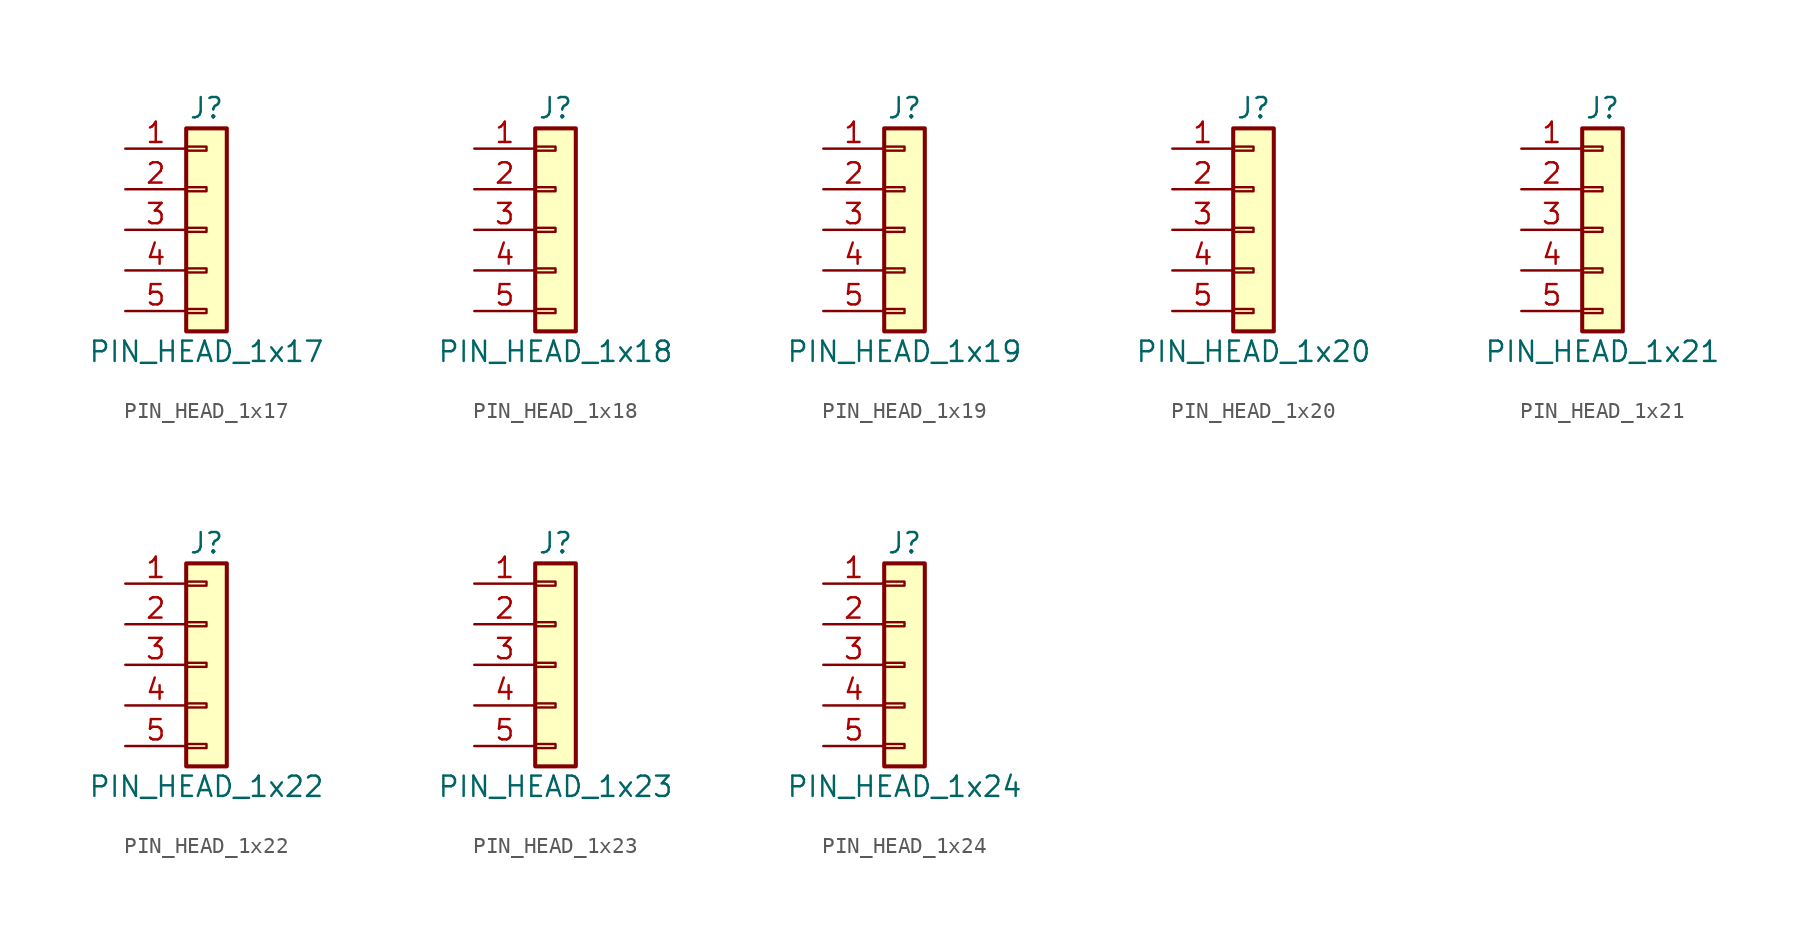
<source format=kicad_sym>
(kicad_symbol_lib
  (version 20211014)
  (generator kicad_symbol_editor)
  (symbol "PIN_HEAD_1x17"
    (pin_names
      (offset 1.016) hide)
    (property "Reference" "J"
      (at 0 7.62 0)
      (effects (font (size 1.27 1.27))))
    (property "Value" "PIN_HEAD_1x17"
      (at 0 -7.62 0)
      (effects (font (size 1.27 1.27))))
    (symbol "PIN_HEAD_1x17_1_1"
      (rectangle (start -1.27 -4.953) (end 0 -5.207) (stroke (width 0.152) (type default) (color 0 0 0 0)) (fill (type none)))
      (rectangle (start -1.27 -2.413) (end 0 -2.667) (stroke (width 0.152) (type default) (color 0 0 0 0)) (fill (type none)))
      (rectangle (start -1.27 0.127) (end 0 -0.127) (stroke (width 0.152) (type default) (color 0 0 0 0)) (fill (type none)))
      (rectangle (start -1.27 2.667) (end 0 2.413) (stroke (width 0.152) (type default) (color 0 0 0 0)) (fill (type none)))
      (rectangle (start -1.27 5.207) (end 0 4.953) (stroke (width 0.152) (type default) (color 0 0 0 0)) (fill (type none)))
      (rectangle (start -1.27 6.35) (end 1.27 -6.35) (stroke (width 0.254) (type default) (color 0 0 0 0)) (fill (type background)))
      (pin passive line (at -5.08 5.08 0) (length 3.81) (name "Pin_1" (effects (font (size 1.27 1.27)))) (number "1" (effects (font (size 1.27 1.27)))))
      (pin passive line (at -5.08 2.54 0) (length 3.81) (name "Pin_2" (effects (font (size 1.27 1.27)))) (number "2" (effects (font (size 1.27 1.27)))))
      (pin passive line (at -5.08 0 0) (length 3.81) (name "Pin_3" (effects (font (size 1.27 1.27)))) (number "3" (effects (font (size 1.27 1.27)))))
      (pin passive line (at -5.08 -2.54 0) (length 3.81) (name "Pin_4" (effects (font (size 1.27 1.27)))) (number "4" (effects (font (size 1.27 1.27)))))
      (pin passive line (at -5.08 -5.08 0) (length 3.81) (name "Pin_5" (effects (font (size 1.27 1.27)))) (number "5" (effects (font (size 1.27 1.27)))))))
  (symbol "PIN_HEAD_1x18"
    (pin_names
      (offset 1.016) hide)
    (property "Reference" "J"
      (at 0 7.62 0)
      (effects (font (size 1.27 1.27))))
    (property "Value" "PIN_HEAD_1x18"
      (at 0 -7.62 0)
      (effects (font (size 1.27 1.27))))
    (symbol "PIN_HEAD_1x18_1_1"
      (rectangle (start -1.27 -4.953) (end 0 -5.207) (stroke (width 0.152) (type default) (color 0 0 0 0)) (fill (type none)))
      (rectangle (start -1.27 -2.413) (end 0 -2.667) (stroke (width 0.152) (type default) (color 0 0 0 0)) (fill (type none)))
      (rectangle (start -1.27 0.127) (end 0 -0.127) (stroke (width 0.152) (type default) (color 0 0 0 0)) (fill (type none)))
      (rectangle (start -1.27 2.667) (end 0 2.413) (stroke (width 0.152) (type default) (color 0 0 0 0)) (fill (type none)))
      (rectangle (start -1.27 5.207) (end 0 4.953) (stroke (width 0.152) (type default) (color 0 0 0 0)) (fill (type none)))
      (rectangle (start -1.27 6.35) (end 1.27 -6.35) (stroke (width 0.254) (type default) (color 0 0 0 0)) (fill (type background)))
      (pin passive line (at -5.08 5.08 0) (length 3.81) (name "Pin_1" (effects (font (size 1.27 1.27)))) (number "1" (effects (font (size 1.27 1.27)))))
      (pin passive line (at -5.08 2.54 0) (length 3.81) (name "Pin_2" (effects (font (size 1.27 1.27)))) (number "2" (effects (font (size 1.27 1.27)))))
      (pin passive line (at -5.08 0 0) (length 3.81) (name "Pin_3" (effects (font (size 1.27 1.27)))) (number "3" (effects (font (size 1.27 1.27)))))
      (pin passive line (at -5.08 -2.54 0) (length 3.81) (name "Pin_4" (effects (font (size 1.27 1.27)))) (number "4" (effects (font (size 1.27 1.27)))))
      (pin passive line (at -5.08 -5.08 0) (length 3.81) (name "Pin_5" (effects (font (size 1.27 1.27)))) (number "5" (effects (font (size 1.27 1.27)))))))
  (symbol "PIN_HEAD_1x19"
    (pin_names
      (offset 1.016) hide)
    (property "Reference" "J"
      (at 0 7.62 0)
      (effects (font (size 1.27 1.27))))
    (property "Value" "PIN_HEAD_1x19"
      (at 0 -7.62 0)
      (effects (font (size 1.27 1.27))))
    (symbol "PIN_HEAD_1x19_1_1"
      (rectangle (start -1.27 -4.953) (end 0 -5.207) (stroke (width 0.152) (type default) (color 0 0 0 0)) (fill (type none)))
      (rectangle (start -1.27 -2.413) (end 0 -2.667) (stroke (width 0.152) (type default) (color 0 0 0 0)) (fill (type none)))
      (rectangle (start -1.27 0.127) (end 0 -0.127) (stroke (width 0.152) (type default) (color 0 0 0 0)) (fill (type none)))
      (rectangle (start -1.27 2.667) (end 0 2.413) (stroke (width 0.152) (type default) (color 0 0 0 0)) (fill (type none)))
      (rectangle (start -1.27 5.207) (end 0 4.953) (stroke (width 0.152) (type default) (color 0 0 0 0)) (fill (type none)))
      (rectangle (start -1.27 6.35) (end 1.27 -6.35) (stroke (width 0.254) (type default) (color 0 0 0 0)) (fill (type background)))
      (pin passive line (at -5.08 5.08 0) (length 3.81) (name "Pin_1" (effects (font (size 1.27 1.27)))) (number "1" (effects (font (size 1.27 1.27)))))
      (pin passive line (at -5.08 2.54 0) (length 3.81) (name "Pin_2" (effects (font (size 1.27 1.27)))) (number "2" (effects (font (size 1.27 1.27)))))
      (pin passive line (at -5.08 0 0) (length 3.81) (name "Pin_3" (effects (font (size 1.27 1.27)))) (number "3" (effects (font (size 1.27 1.27)))))
      (pin passive line (at -5.08 -2.54 0) (length 3.81) (name "Pin_4" (effects (font (size 1.27 1.27)))) (number "4" (effects (font (size 1.27 1.27)))))
      (pin passive line (at -5.08 -5.08 0) (length 3.81) (name "Pin_5" (effects (font (size 1.27 1.27)))) (number "5" (effects (font (size 1.27 1.27)))))))
  (symbol "PIN_HEAD_1x20"
    (pin_names
      (offset 1.016) hide)
    (property "Reference" "J"
      (at 0 7.62 0)
      (effects (font (size 1.27 1.27))))
    (property "Value" "PIN_HEAD_1x20"
      (at 0 -7.62 0)
      (effects (font (size 1.27 1.27))))
    (symbol "PIN_HEAD_1x20_1_1"
      (rectangle (start -1.27 -4.953) (end 0 -5.207) (stroke (width 0.152) (type default) (color 0 0 0 0)) (fill (type none)))
      (rectangle (start -1.27 -2.413) (end 0 -2.667) (stroke (width 0.152) (type default) (color 0 0 0 0)) (fill (type none)))
      (rectangle (start -1.27 0.127) (end 0 -0.127) (stroke (width 0.152) (type default) (color 0 0 0 0)) (fill (type none)))
      (rectangle (start -1.27 2.667) (end 0 2.413) (stroke (width 0.152) (type default) (color 0 0 0 0)) (fill (type none)))
      (rectangle (start -1.27 5.207) (end 0 4.953) (stroke (width 0.152) (type default) (color 0 0 0 0)) (fill (type none)))
      (rectangle (start -1.27 6.35) (end 1.27 -6.35) (stroke (width 0.254) (type default) (color 0 0 0 0)) (fill (type background)))
      (pin passive line (at -5.08 5.08 0) (length 3.81) (name "Pin_1" (effects (font (size 1.27 1.27)))) (number "1" (effects (font (size 1.27 1.27)))))
      (pin passive line (at -5.08 2.54 0) (length 3.81) (name "Pin_2" (effects (font (size 1.27 1.27)))) (number "2" (effects (font (size 1.27 1.27)))))
      (pin passive line (at -5.08 0 0) (length 3.81) (name "Pin_3" (effects (font (size 1.27 1.27)))) (number "3" (effects (font (size 1.27 1.27)))))
      (pin passive line (at -5.08 -2.54 0) (length 3.81) (name "Pin_4" (effects (font (size 1.27 1.27)))) (number "4" (effects (font (size 1.27 1.27)))))
      (pin passive line (at -5.08 -5.08 0) (length 3.81) (name "Pin_5" (effects (font (size 1.27 1.27)))) (number "5" (effects (font (size 1.27 1.27)))))))
  (symbol "PIN_HEAD_1x21"
    (pin_names
      (offset 1.016) hide)
    (property "Reference" "J"
      (at 0 7.62 0)
      (effects (font (size 1.27 1.27))))
    (property "Value" "PIN_HEAD_1x21"
      (at 0 -7.62 0)
      (effects (font (size 1.27 1.27))))
    (symbol "PIN_HEAD_1x21_1_1"
      (rectangle (start -1.27 -4.953) (end 0 -5.207) (stroke (width 0.152) (type default) (color 0 0 0 0)) (fill (type none)))
      (rectangle (start -1.27 -2.413) (end 0 -2.667) (stroke (width 0.152) (type default) (color 0 0 0 0)) (fill (type none)))
      (rectangle (start -1.27 0.127) (end 0 -0.127) (stroke (width 0.152) (type default) (color 0 0 0 0)) (fill (type none)))
      (rectangle (start -1.27 2.667) (end 0 2.413) (stroke (width 0.152) (type default) (color 0 0 0 0)) (fill (type none)))
      (rectangle (start -1.27 5.207) (end 0 4.953) (stroke (width 0.152) (type default) (color 0 0 0 0)) (fill (type none)))
      (rectangle (start -1.27 6.35) (end 1.27 -6.35) (stroke (width 0.254) (type default) (color 0 0 0 0)) (fill (type background)))
      (pin passive line (at -5.08 5.08 0) (length 3.81) (name "Pin_1" (effects (font (size 1.27 1.27)))) (number "1" (effects (font (size 1.27 1.27)))))
      (pin passive line (at -5.08 2.54 0) (length 3.81) (name "Pin_2" (effects (font (size 1.27 1.27)))) (number "2" (effects (font (size 1.27 1.27)))))
      (pin passive line (at -5.08 0 0) (length 3.81) (name "Pin_3" (effects (font (size 1.27 1.27)))) (number "3" (effects (font (size 1.27 1.27)))))
      (pin passive line (at -5.08 -2.54 0) (length 3.81) (name "Pin_4" (effects (font (size 1.27 1.27)))) (number "4" (effects (font (size 1.27 1.27)))))
      (pin passive line (at -5.08 -5.08 0) (length 3.81) (name "Pin_5" (effects (font (size 1.27 1.27)))) (number "5" (effects (font (size 1.27 1.27)))))))
  (symbol "PIN_HEAD_1x22"
    (pin_names
      (offset 1.016) hide)
    (property "Reference" "J"
      (at 0 7.62 0)
      (effects (font (size 1.27 1.27))))
    (property "Value" "PIN_HEAD_1x22"
      (at 0 -7.62 0)
      (effects (font (size 1.27 1.27))))
    (symbol "PIN_HEAD_1x22_1_1"
      (rectangle (start -1.27 -4.953) (end 0 -5.207) (stroke (width 0.152) (type default) (color 0 0 0 0)) (fill (type none)))
      (rectangle (start -1.27 -2.413) (end 0 -2.667) (stroke (width 0.152) (type default) (color 0 0 0 0)) (fill (type none)))
      (rectangle (start -1.27 0.127) (end 0 -0.127) (stroke (width 0.152) (type default) (color 0 0 0 0)) (fill (type none)))
      (rectangle (start -1.27 2.667) (end 0 2.413) (stroke (width 0.152) (type default) (color 0 0 0 0)) (fill (type none)))
      (rectangle (start -1.27 5.207) (end 0 4.953) (stroke (width 0.152) (type default) (color 0 0 0 0)) (fill (type none)))
      (rectangle (start -1.27 6.35) (end 1.27 -6.35) (stroke (width 0.254) (type default) (color 0 0 0 0)) (fill (type background)))
      (pin passive line (at -5.08 5.08 0) (length 3.81) (name "Pin_1" (effects (font (size 1.27 1.27)))) (number "1" (effects (font (size 1.27 1.27)))))
      (pin passive line (at -5.08 2.54 0) (length 3.81) (name "Pin_2" (effects (font (size 1.27 1.27)))) (number "2" (effects (font (size 1.27 1.27)))))
      (pin passive line (at -5.08 0 0) (length 3.81) (name "Pin_3" (effects (font (size 1.27 1.27)))) (number "3" (effects (font (size 1.27 1.27)))))
      (pin passive line (at -5.08 -2.54 0) (length 3.81) (name "Pin_4" (effects (font (size 1.27 1.27)))) (number "4" (effects (font (size 1.27 1.27)))))
      (pin passive line (at -5.08 -5.08 0) (length 3.81) (name "Pin_5" (effects (font (size 1.27 1.27)))) (number "5" (effects (font (size 1.27 1.27)))))))
  (symbol "PIN_HEAD_1x23"
    (pin_names
      (offset 1.016) hide)
    (property "Reference" "J"
      (at 0 7.62 0)
      (effects (font (size 1.27 1.27))))
    (property "Value" "PIN_HEAD_1x23"
      (at 0 -7.62 0)
      (effects (font (size 1.27 1.27))))
    (symbol "PIN_HEAD_1x23_1_1"
      (rectangle (start -1.27 -4.953) (end 0 -5.207) (stroke (width 0.152) (type default) (color 0 0 0 0)) (fill (type none)))
      (rectangle (start -1.27 -2.413) (end 0 -2.667) (stroke (width 0.152) (type default) (color 0 0 0 0)) (fill (type none)))
      (rectangle (start -1.27 0.127) (end 0 -0.127) (stroke (width 0.152) (type default) (color 0 0 0 0)) (fill (type none)))
      (rectangle (start -1.27 2.667) (end 0 2.413) (stroke (width 0.152) (type default) (color 0 0 0 0)) (fill (type none)))
      (rectangle (start -1.27 5.207) (end 0 4.953) (stroke (width 0.152) (type default) (color 0 0 0 0)) (fill (type none)))
      (rectangle (start -1.27 6.35) (end 1.27 -6.35) (stroke (width 0.254) (type default) (color 0 0 0 0)) (fill (type background)))
      (pin passive line (at -5.08 5.08 0) (length 3.81) (name "Pin_1" (effects (font (size 1.27 1.27)))) (number "1" (effects (font (size 1.27 1.27)))))
      (pin passive line (at -5.08 2.54 0) (length 3.81) (name "Pin_2" (effects (font (size 1.27 1.27)))) (number "2" (effects (font (size 1.27 1.27)))))
      (pin passive line (at -5.08 0 0) (length 3.81) (name "Pin_3" (effects (font (size 1.27 1.27)))) (number "3" (effects (font (size 1.27 1.27)))))
      (pin passive line (at -5.08 -2.54 0) (length 3.81) (name "Pin_4" (effects (font (size 1.27 1.27)))) (number "4" (effects (font (size 1.27 1.27)))))
      (pin passive line (at -5.08 -5.08 0) (length 3.81) (name "Pin_5" (effects (font (size 1.27 1.27)))) (number "5" (effects (font (size 1.27 1.27)))))))
  (symbol "PIN_HEAD_1x24"
    (pin_names
      (offset 1.016) hide)
    (property "Reference" "J"
      (at 0 7.62 0)
      (effects (font (size 1.27 1.27))))
    (property "Value" "PIN_HEAD_1x24"
      (at 0 -7.62 0)
      (effects (font (size 1.27 1.27))))
    (symbol "PIN_HEAD_1x24_1_1"
      (rectangle (start -1.27 -4.953) (end 0 -5.207) (stroke (width 0.152) (type default) (color 0 0 0 0)) (fill (type none)))
      (rectangle (start -1.27 -2.413) (end 0 -2.667) (stroke (width 0.152) (type default) (color 0 0 0 0)) (fill (type none)))
      (rectangle (start -1.27 0.127) (end 0 -0.127) (stroke (width 0.152) (type default) (color 0 0 0 0)) (fill (type none)))
      (rectangle (start -1.27 2.667) (end 0 2.413) (stroke (width 0.152) (type default) (color 0 0 0 0)) (fill (type none)))
      (rectangle (start -1.27 5.207) (end 0 4.953) (stroke (width 0.152) (type default) (color 0 0 0 0)) (fill (type none)))
      (rectangle (start -1.27 6.35) (end 1.27 -6.35) (stroke (width 0.254) (type default) (color 0 0 0 0)) (fill (type background)))
      (pin passive line (at -5.08 5.08 0) (length 3.81) (name "Pin_1" (effects (font (size 1.27 1.27)))) (number "1" (effects (font (size 1.27 1.27)))))
      (pin passive line (at -5.08 2.54 0) (length 3.81) (name "Pin_2" (effects (font (size 1.27 1.27)))) (number "2" (effects (font (size 1.27 1.27)))))
      (pin passive line (at -5.08 0 0) (length 3.81) (name "Pin_3" (effects (font (size 1.27 1.27)))) (number "3" (effects (font (size 1.27 1.27)))))
      (pin passive line (at -5.08 -2.54 0) (length 3.81) (name "Pin_4" (effects (font (size 1.27 1.27)))) (number "4" (effects (font (size 1.27 1.27)))))
      (pin passive line (at -5.08 -5.08 0) (length 3.81) (name "Pin_5" (effects (font (size 1.27 1.27)))) (number "5" (effects (font (size 1.27 1.27))))))))
</source>
